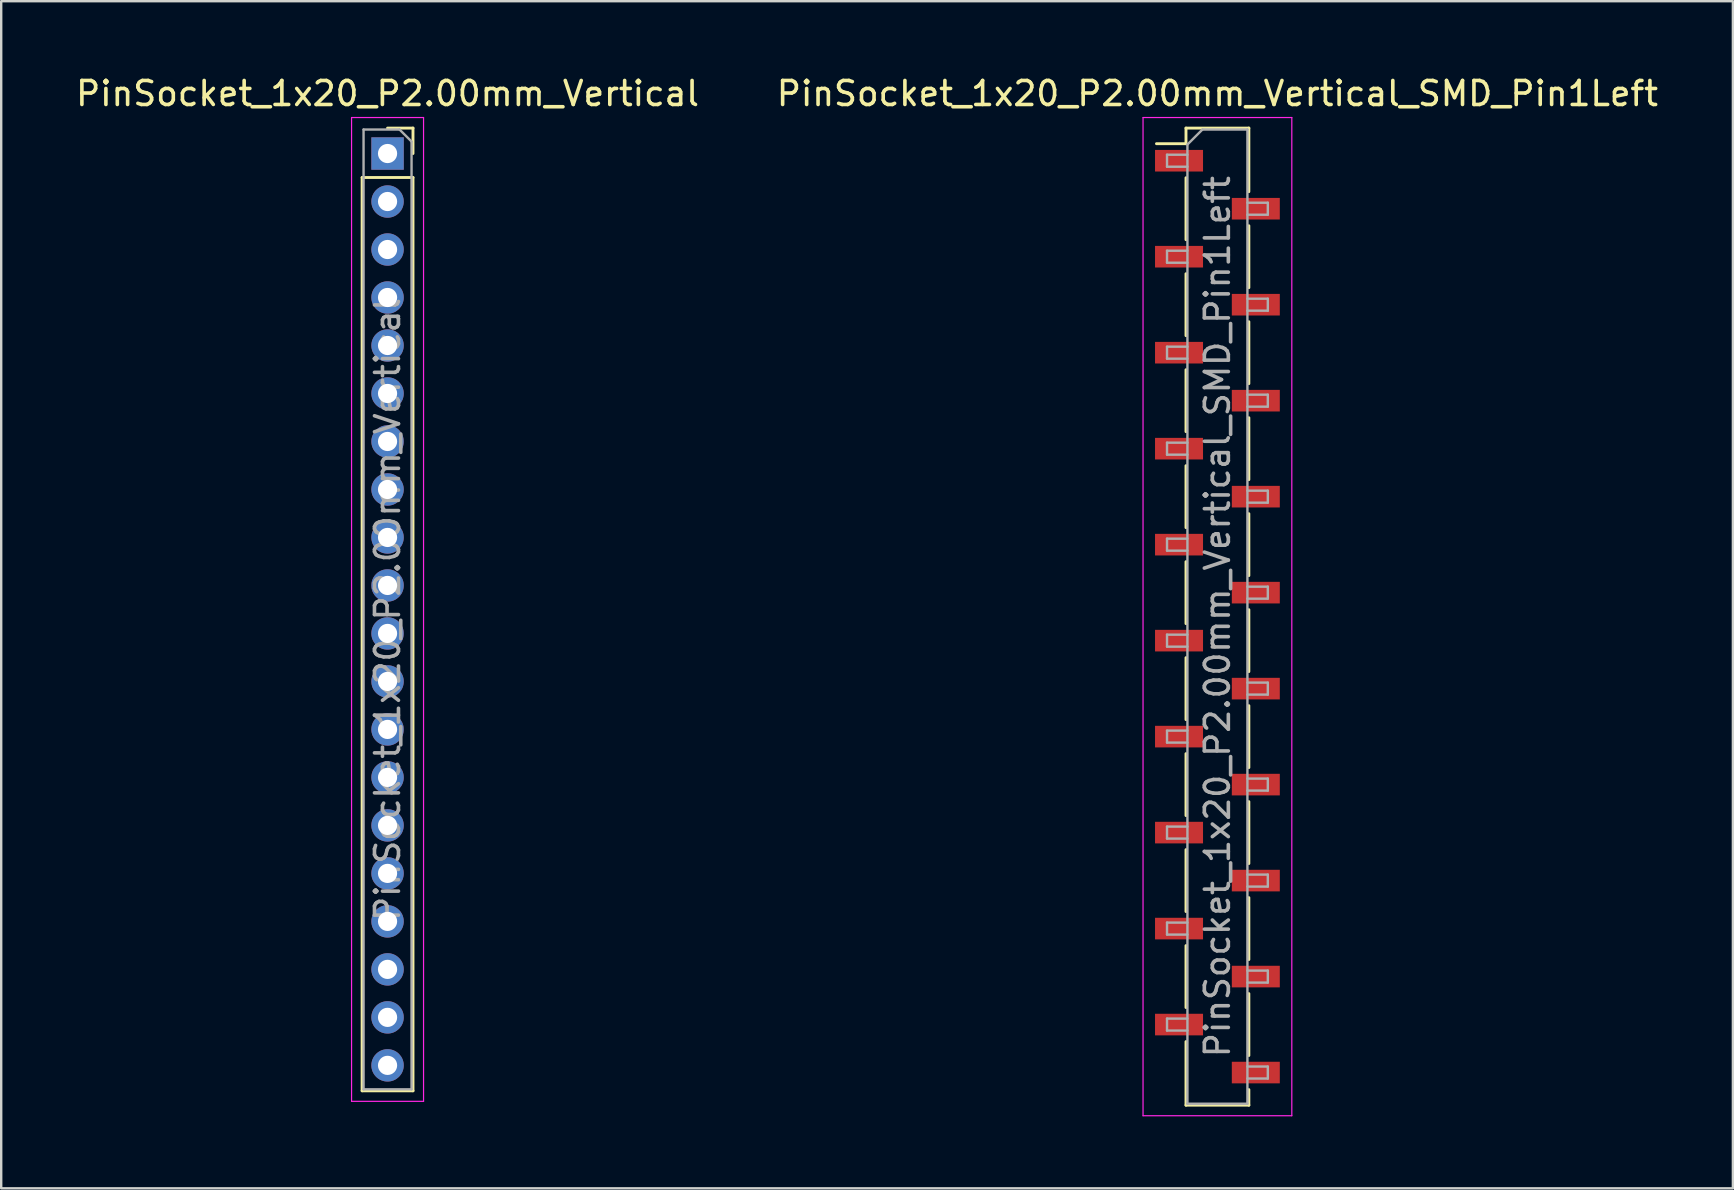
<source format=kicad_pcb>
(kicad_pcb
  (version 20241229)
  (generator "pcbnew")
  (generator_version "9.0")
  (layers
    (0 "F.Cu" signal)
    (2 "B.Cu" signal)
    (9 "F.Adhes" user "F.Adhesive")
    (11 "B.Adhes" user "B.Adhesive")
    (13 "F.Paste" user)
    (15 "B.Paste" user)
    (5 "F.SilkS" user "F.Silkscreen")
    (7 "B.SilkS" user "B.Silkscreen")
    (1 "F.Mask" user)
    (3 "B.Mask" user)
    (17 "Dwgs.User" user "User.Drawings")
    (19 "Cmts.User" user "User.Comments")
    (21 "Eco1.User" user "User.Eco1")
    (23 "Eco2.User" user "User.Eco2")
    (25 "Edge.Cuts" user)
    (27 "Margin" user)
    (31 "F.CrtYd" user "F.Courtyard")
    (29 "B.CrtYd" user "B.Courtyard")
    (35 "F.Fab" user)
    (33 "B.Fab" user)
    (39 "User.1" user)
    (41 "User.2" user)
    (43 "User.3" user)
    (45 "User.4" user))
  (footprint "PinSocket_1x20_P2.00mm_Vertical"
    (layer "F.Cu")
    (at 13.101 3.348)
    (property "Reference" "PinSocket_1x20_P2.00mm_Vertical" (at 0 -2.5 0) (layer "F.SilkS") (effects (font (size 1 1) (thickness 0.15))))
    (attr through_hole)
    (fp_line (start -1.06 1) (end -1.06 39.06) (stroke (width 0.12) (type solid)) (layer "F.SilkS"))
    (fp_line (start -1.06 1) (end 1.06 1) (stroke (width 0.12) (type solid)) (layer "F.SilkS"))
    (fp_line (start -1.06 39.06) (end 1.06 39.06) (stroke (width 0.12) (type solid)) (layer "F.SilkS"))
    (fp_line (start 0 -1.06) (end 1.06 -1.06) (stroke (width 0.12) (type solid)) (layer "F.SilkS"))
    (fp_line (start 1.06 -1.06) (end 1.06 0) (stroke (width 0.12) (type solid)) (layer "F.SilkS"))
    (fp_line (start 1.06 1) (end 1.06 39.06) (stroke (width 0.12) (type solid)) (layer "F.SilkS"))
    (fp_line (start -1.5 -1.5) (end 1.5 -1.5) (stroke (width 0.05) (type solid)) (layer "F.CrtYd"))
    (fp_line (start -1.5 39.5) (end -1.5 -1.5) (stroke (width 0.05) (type solid)) (layer "F.CrtYd"))
    (fp_line (start 1.5 -1.5) (end 1.5 39.5) (stroke (width 0.05) (type solid)) (layer "F.CrtYd"))
    (fp_line (start 1.5 39.5) (end -1.5 39.5) (stroke (width 0.05) (type solid)) (layer "F.CrtYd"))
    (fp_line (start -1 -1) (end 0.5 -1) (stroke (width 0.1) (type solid)) (layer "F.Fab"))
    (fp_line (start -1 39) (end -1 -1) (stroke (width 0.1) (type solid)) (layer "F.Fab"))
    (fp_line (start 0.5 -1) (end 1 -0.5) (stroke (width 0.1) (type solid)) (layer "F.Fab"))
    (fp_line (start 1 -0.5) (end 1 39) (stroke (width 0.1) (type solid)) (layer "F.Fab"))
    (fp_line (start 1 39) (end -1 39) (stroke (width 0.1) (type solid)) (layer "F.Fab"))
    (fp_text user "${REFERENCE}" (at 0 19 90) (layer "F.Fab") (effects (font (size 1 1) (thickness 0.15))))
    (pad "1" thru_hole rect (at 0 0) (size 1.35 1.35) (drill 0.8) (layers "*.Cu" "*.Mask"))
    (pad "2" thru_hole oval (at 0 2) (size 1.35 1.35) (drill 0.8) (layers "*.Cu" "*.Mask"))
    (pad "3" thru_hole oval (at 0 4) (size 1.35 1.35) (drill 0.8) (layers "*.Cu" "*.Mask"))
    (pad "4" thru_hole oval (at 0 6) (size 1.35 1.35) (drill 0.8) (layers "*.Cu" "*.Mask"))
    (pad "5" thru_hole oval (at 0 8) (size 1.35 1.35) (drill 0.8) (layers "*.Cu" "*.Mask"))
    (pad "6" thru_hole oval (at 0 10) (size 1.35 1.35) (drill 0.8) (layers "*.Cu" "*.Mask"))
    (pad "7" thru_hole oval (at 0 12) (size 1.35 1.35) (drill 0.8) (layers "*.Cu" "*.Mask"))
    (pad "8" thru_hole oval (at 0 14) (size 1.35 1.35) (drill 0.8) (layers "*.Cu" "*.Mask"))
    (pad "9" thru_hole oval (at 0 16) (size 1.35 1.35) (drill 0.8) (layers "*.Cu" "*.Mask"))
    (pad "10" thru_hole oval (at 0 18) (size 1.35 1.35) (drill 0.8) (layers "*.Cu" "*.Mask"))
    (pad "11" thru_hole oval (at 0 20) (size 1.35 1.35) (drill 0.8) (layers "*.Cu" "*.Mask"))
    (pad "12" thru_hole oval (at 0 22) (size 1.35 1.35) (drill 0.8) (layers "*.Cu" "*.Mask"))
    (pad "13" thru_hole oval (at 0 24) (size 1.35 1.35) (drill 0.8) (layers "*.Cu" "*.Mask"))
    (pad "14" thru_hole oval (at 0 26) (size 1.35 1.35) (drill 0.8) (layers "*.Cu" "*.Mask"))
    (pad "15" thru_hole oval (at 0 28) (size 1.35 1.35) (drill 0.8) (layers "*.Cu" "*.Mask"))
    (pad "16" thru_hole oval (at 0 30) (size 1.35 1.35) (drill 0.8) (layers "*.Cu" "*.Mask"))
    (pad "17" thru_hole oval (at 0 32) (size 1.35 1.35) (drill 0.8) (layers "*.Cu" "*.Mask"))
    (pad "18" thru_hole oval (at 0 34) (size 1.35 1.35) (drill 0.8) (layers "*.Cu" "*.Mask"))
    (pad "19" thru_hole oval (at 0 36) (size 1.35 1.35) (drill 0.8) (layers "*.Cu" "*.Mask"))
    (pad "20" thru_hole oval (at 0 38) (size 1.35 1.35) (drill 0.8) (layers "*.Cu" "*.Mask")))
  (footprint "PinSocket_1x20_P2.00mm_Vertical_SMD_Pin1Left"
    (layer "F.Cu")
    (at 47.685 22.648)
    (property "Reference" "PinSocket_1x20_P2.00mm_Vertical_SMD_Pin1Left" (at 0 -21.8 0) (layer "F.SilkS") (effects (font (size 1 1) (thickness 0.15))))
    (attr smd)
    (fp_line (start -2.54 -19.71) (end -1.31 -19.71) (stroke (width 0.12) (type solid)) (layer "F.SilkS"))
    (fp_line (start -1.31 -20.36) (end -1.31 -19.71) (stroke (width 0.12) (type solid)) (layer "F.SilkS"))
    (fp_line (start -1.31 -20.36) (end 1.31 -20.36) (stroke (width 0.12) (type solid)) (layer "F.SilkS"))
    (fp_line (start -1.31 -18.29) (end -1.31 -15.71) (stroke (width 0.12) (type solid)) (layer "F.SilkS"))
    (fp_line (start -1.31 -14.29) (end -1.31 -11.71) (stroke (width 0.12) (type solid)) (layer "F.SilkS"))
    (fp_line (start -1.31 -10.29) (end -1.31 -7.71) (stroke (width 0.12) (type solid)) (layer "F.SilkS"))
    (fp_line (start -1.31 -6.29) (end -1.31 -3.71) (stroke (width 0.12) (type solid)) (layer "F.SilkS"))
    (fp_line (start -1.31 -2.29) (end -1.31 0.29) (stroke (width 0.12) (type solid)) (layer "F.SilkS"))
    (fp_line (start -1.31 1.71) (end -1.31 4.29) (stroke (width 0.12) (type solid)) (layer "F.SilkS"))
    (fp_line (start -1.31 5.71) (end -1.31 8.29) (stroke (width 0.12) (type solid)) (layer "F.SilkS"))
    (fp_line (start -1.31 9.71) (end -1.31 12.29) (stroke (width 0.12) (type solid)) (layer "F.SilkS"))
    (fp_line (start -1.31 13.71) (end -1.31 16.29) (stroke (width 0.12) (type solid)) (layer "F.SilkS"))
    (fp_line (start -1.31 17.71) (end -1.31 20.36) (stroke (width 0.12) (type solid)) (layer "F.SilkS"))
    (fp_line (start -1.31 20.36) (end 1.31 20.36) (stroke (width 0.12) (type solid)) (layer "F.SilkS"))
    (fp_line (start 1.31 -20.36) (end 1.31 -17.71) (stroke (width 0.12) (type solid)) (layer "F.SilkS"))
    (fp_line (start 1.31 -16.29) (end 1.31 -13.71) (stroke (width 0.12) (type solid)) (layer "F.SilkS"))
    (fp_line (start 1.31 -12.29) (end 1.31 -9.71) (stroke (width 0.12) (type solid)) (layer "F.SilkS"))
    (fp_line (start 1.31 -8.29) (end 1.31 -5.71) (stroke (width 0.12) (type solid)) (layer "F.SilkS"))
    (fp_line (start 1.31 -4.29) (end 1.31 -1.71) (stroke (width 0.12) (type solid)) (layer "F.SilkS"))
    (fp_line (start 1.31 -0.29) (end 1.31 2.29) (stroke (width 0.12) (type solid)) (layer "F.SilkS"))
    (fp_line (start 1.31 3.71) (end 1.31 6.29) (stroke (width 0.12) (type solid)) (layer "F.SilkS"))
    (fp_line (start 1.31 7.71) (end 1.31 10.29) (stroke (width 0.12) (type solid)) (layer "F.SilkS"))
    (fp_line (start 1.31 11.71) (end 1.31 14.29) (stroke (width 0.12) (type solid)) (layer "F.SilkS"))
    (fp_line (start 1.31 15.71) (end 1.31 18.29) (stroke (width 0.12) (type solid)) (layer "F.SilkS"))
    (fp_line (start 1.31 19.71) (end 1.31 20.36) (stroke (width 0.12) (type solid)) (layer "F.SilkS"))
    (fp_line (start -3.1 -20.8) (end 3.1 -20.8) (stroke (width 0.05) (type solid)) (layer "F.CrtYd"))
    (fp_line (start -3.1 20.8) (end -3.1 -20.8) (stroke (width 0.05) (type solid)) (layer "F.CrtYd"))
    (fp_line (start 3.1 -20.8) (end 3.1 20.8) (stroke (width 0.05) (type solid)) (layer "F.CrtYd"))
    (fp_line (start 3.1 20.8) (end -3.1 20.8) (stroke (width 0.05) (type solid)) (layer "F.CrtYd"))
    (fp_line (start -2.1 -19.25) (end -1.25 -19.25) (stroke (width 0.1) (type solid)) (layer "F.Fab"))
    (fp_line (start -2.1 -18.75) (end -2.1 -19.25) (stroke (width 0.1) (type solid)) (layer "F.Fab"))
    (fp_line (start -2.1 -15.25) (end -1.25 -15.25) (stroke (width 0.1) (type solid)) (layer "F.Fab"))
    (fp_line (start -2.1 -14.75) (end -2.1 -15.25) (stroke (width 0.1) (type solid)) (layer "F.Fab"))
    (fp_line (start -2.1 -11.25) (end -1.25 -11.25) (stroke (width 0.1) (type solid)) (layer "F.Fab"))
    (fp_line (start -2.1 -10.75) (end -2.1 -11.25) (stroke (width 0.1) (type solid)) (layer "F.Fab"))
    (fp_line (start -2.1 -7.25) (end -1.25 -7.25) (stroke (width 0.1) (type solid)) (layer "F.Fab"))
    (fp_line (start -2.1 -6.75) (end -2.1 -7.25) (stroke (width 0.1) (type solid)) (layer "F.Fab"))
    (fp_line (start -2.1 -3.25) (end -1.25 -3.25) (stroke (width 0.1) (type solid)) (layer "F.Fab"))
    (fp_line (start -2.1 -2.75) (end -2.1 -3.25) (stroke (width 0.1) (type solid)) (layer "F.Fab"))
    (fp_line (start -2.1 0.75) (end -1.25 0.75) (stroke (width 0.1) (type solid)) (layer "F.Fab"))
    (fp_line (start -2.1 1.25) (end -2.1 0.75) (stroke (width 0.1) (type solid)) (layer "F.Fab"))
    (fp_line (start -2.1 4.75) (end -1.25 4.75) (stroke (width 0.1) (type solid)) (layer "F.Fab"))
    (fp_line (start -2.1 5.25) (end -2.1 4.75) (stroke (width 0.1) (type solid)) (layer "F.Fab"))
    (fp_line (start -2.1 8.75) (end -1.25 8.75) (stroke (width 0.1) (type solid)) (layer "F.Fab"))
    (fp_line (start -2.1 9.25) (end -2.1 8.75) (stroke (width 0.1) (type solid)) (layer "F.Fab"))
    (fp_line (start -2.1 12.75) (end -1.25 12.75) (stroke (width 0.1) (type solid)) (layer "F.Fab"))
    (fp_line (start -2.1 13.25) (end -2.1 12.75) (stroke (width 0.1) (type solid)) (layer "F.Fab"))
    (fp_line (start -2.1 16.75) (end -1.25 16.75) (stroke (width 0.1) (type solid)) (layer "F.Fab"))
    (fp_line (start -2.1 17.25) (end -2.1 16.75) (stroke (width 0.1) (type solid)) (layer "F.Fab"))
    (fp_line (start -1.25 -19.675) (end -0.625 -20.3) (stroke (width 0.1) (type solid)) (layer "F.Fab"))
    (fp_line (start -1.25 -18.75) (end -2.1 -18.75) (stroke (width 0.1) (type solid)) (layer "F.Fab"))
    (fp_line (start -1.25 -14.75) (end -2.1 -14.75) (stroke (width 0.1) (type solid)) (layer "F.Fab"))
    (fp_line (start -1.25 -10.75) (end -2.1 -10.75) (stroke (width 0.1) (type solid)) (layer "F.Fab"))
    (fp_line (start -1.25 -6.75) (end -2.1 -6.75) (stroke (width 0.1) (type solid)) (layer "F.Fab"))
    (fp_line (start -1.25 -2.75) (end -2.1 -2.75) (stroke (width 0.1) (type solid)) (layer "F.Fab"))
    (fp_line (start -1.25 1.25) (end -2.1 1.25) (stroke (width 0.1) (type solid)) (layer "F.Fab"))
    (fp_line (start -1.25 5.25) (end -2.1 5.25) (stroke (width 0.1) (type solid)) (layer "F.Fab"))
    (fp_line (start -1.25 9.25) (end -2.1 9.25) (stroke (width 0.1) (type solid)) (layer "F.Fab"))
    (fp_line (start -1.25 13.25) (end -2.1 13.25) (stroke (width 0.1) (type solid)) (layer "F.Fab"))
    (fp_line (start -1.25 17.25) (end -2.1 17.25) (stroke (width 0.1) (type solid)) (layer "F.Fab"))
    (fp_line (start -1.25 20.3) (end -1.25 -19.675) (stroke (width 0.1) (type solid)) (layer "F.Fab"))
    (fp_line (start -0.625 -20.3) (end 1.25 -20.3) (stroke (width 0.1) (type solid)) (layer "F.Fab"))
    (fp_line (start 1.25 -20.3) (end 1.25 20.3) (stroke (width 0.1) (type solid)) (layer "F.Fab"))
    (fp_line (start 1.25 -17.25) (end 2.1 -17.25) (stroke (width 0.1) (type solid)) (layer "F.Fab"))
    (fp_line (start 1.25 -13.25) (end 2.1 -13.25) (stroke (width 0.1) (type solid)) (layer "F.Fab"))
    (fp_line (start 1.25 -9.25) (end 2.1 -9.25) (stroke (width 0.1) (type solid)) (layer "F.Fab"))
    (fp_line (start 1.25 -5.25) (end 2.1 -5.25) (stroke (width 0.1) (type solid)) (layer "F.Fab"))
    (fp_line (start 1.25 -1.25) (end 2.1 -1.25) (stroke (width 0.1) (type solid)) (layer "F.Fab"))
    (fp_line (start 1.25 2.75) (end 2.1 2.75) (stroke (width 0.1) (type solid)) (layer "F.Fab"))
    (fp_line (start 1.25 6.75) (end 2.1 6.75) (stroke (width 0.1) (type solid)) (layer "F.Fab"))
    (fp_line (start 1.25 10.75) (end 2.1 10.75) (stroke (width 0.1) (type solid)) (layer "F.Fab"))
    (fp_line (start 1.25 14.75) (end 2.1 14.75) (stroke (width 0.1) (type solid)) (layer "F.Fab"))
    (fp_line (start 1.25 18.75) (end 2.1 18.75) (stroke (width 0.1) (type solid)) (layer "F.Fab"))
    (fp_line (start 1.25 20.3) (end -1.25 20.3) (stroke (width 0.1) (type solid)) (layer "F.Fab"))
    (fp_line (start 2.1 -17.25) (end 2.1 -16.75) (stroke (width 0.1) (type solid)) (layer "F.Fab"))
    (fp_line (start 2.1 -16.75) (end 1.25 -16.75) (stroke (width 0.1) (type solid)) (layer "F.Fab"))
    (fp_line (start 2.1 -13.25) (end 2.1 -12.75) (stroke (width 0.1) (type solid)) (layer "F.Fab"))
    (fp_line (start 2.1 -12.75) (end 1.25 -12.75) (stroke (width 0.1) (type solid)) (layer "F.Fab"))
    (fp_line (start 2.1 -9.25) (end 2.1 -8.75) (stroke (width 0.1) (type solid)) (layer "F.Fab"))
    (fp_line (start 2.1 -8.75) (end 1.25 -8.75) (stroke (width 0.1) (type solid)) (layer "F.Fab"))
    (fp_line (start 2.1 -5.25) (end 2.1 -4.75) (stroke (width 0.1) (type solid)) (layer "F.Fab"))
    (fp_line (start 2.1 -4.75) (end 1.25 -4.75) (stroke (width 0.1) (type solid)) (layer "F.Fab"))
    (fp_line (start 2.1 -1.25) (end 2.1 -0.75) (stroke (width 0.1) (type solid)) (layer "F.Fab"))
    (fp_line (start 2.1 -0.75) (end 1.25 -0.75) (stroke (width 0.1) (type solid)) (layer "F.Fab"))
    (fp_line (start 2.1 2.75) (end 2.1 3.25) (stroke (width 0.1) (type solid)) (layer "F.Fab"))
    (fp_line (start 2.1 3.25) (end 1.25 3.25) (stroke (width 0.1) (type solid)) (layer "F.Fab"))
    (fp_line (start 2.1 6.75) (end 2.1 7.25) (stroke (width 0.1) (type solid)) (layer "F.Fab"))
    (fp_line (start 2.1 7.25) (end 1.25 7.25) (stroke (width 0.1) (type solid)) (layer "F.Fab"))
    (fp_line (start 2.1 10.75) (end 2.1 11.25) (stroke (width 0.1) (type solid)) (layer "F.Fab"))
    (fp_line (start 2.1 11.25) (end 1.25 11.25) (stroke (width 0.1) (type solid)) (layer "F.Fab"))
    (fp_line (start 2.1 14.75) (end 2.1 15.25) (stroke (width 0.1) (type solid)) (layer "F.Fab"))
    (fp_line (start 2.1 15.25) (end 1.25 15.25) (stroke (width 0.1) (type solid)) (layer "F.Fab"))
    (fp_line (start 2.1 18.75) (end 2.1 19.25) (stroke (width 0.1) (type solid)) (layer "F.Fab"))
    (fp_line (start 2.1 19.25) (end 1.25 19.25) (stroke (width 0.1) (type solid)) (layer "F.Fab"))
    (fp_text user "${REFERENCE}" (at 0 0 90) (layer "F.Fab") (effects (font (size 1 1) (thickness 0.15))))
    (pad "1" smd rect (at -1.6 -19) (size 2 0.9) (layers "F.Cu" "F.Mask" "F.Paste"))
    (pad "2" smd rect (at 1.6 -17) (size 2 0.9) (layers "F.Cu" "F.Mask" "F.Paste"))
    (pad "3" smd rect (at -1.6 -15) (size 2 0.9) (layers "F.Cu" "F.Mask" "F.Paste"))
    (pad "4" smd rect (at 1.6 -13) (size 2 0.9) (layers "F.Cu" "F.Mask" "F.Paste"))
    (pad "5" smd rect (at -1.6 -11) (size 2 0.9) (layers "F.Cu" "F.Mask" "F.Paste"))
    (pad "6" smd rect (at 1.6 -9) (size 2 0.9) (layers "F.Cu" "F.Mask" "F.Paste"))
    (pad "7" smd rect (at -1.6 -7) (size 2 0.9) (layers "F.Cu" "F.Mask" "F.Paste"))
    (pad "8" smd rect (at 1.6 -5) (size 2 0.9) (layers "F.Cu" "F.Mask" "F.Paste"))
    (pad "9" smd rect (at -1.6 -3) (size 2 0.9) (layers "F.Cu" "F.Mask" "F.Paste"))
    (pad "10" smd rect (at 1.6 -1) (size 2 0.9) (layers "F.Cu" "F.Mask" "F.Paste"))
    (pad "11" smd rect (at -1.6 1) (size 2 0.9) (layers "F.Cu" "F.Mask" "F.Paste"))
    (pad "12" smd rect (at 1.6 3) (size 2 0.9) (layers "F.Cu" "F.Mask" "F.Paste"))
    (pad "13" smd rect (at -1.6 5) (size 2 0.9) (layers "F.Cu" "F.Mask" "F.Paste"))
    (pad "14" smd rect (at 1.6 7) (size 2 0.9) (layers "F.Cu" "F.Mask" "F.Paste"))
    (pad "15" smd rect (at -1.6 9) (size 2 0.9) (layers "F.Cu" "F.Mask" "F.Paste"))
    (pad "16" smd rect (at 1.6 11) (size 2 0.9) (layers "F.Cu" "F.Mask" "F.Paste"))
    (pad "17" smd rect (at -1.6 13) (size 2 0.9) (layers "F.Cu" "F.Mask" "F.Paste"))
    (pad "18" smd rect (at 1.6 15) (size 2 0.9) (layers "F.Cu" "F.Mask" "F.Paste"))
    (pad "19" smd rect (at -1.6 17) (size 2 0.9) (layers "F.Cu" "F.Mask" "F.Paste"))
    (pad "20" smd rect (at 1.6 19) (size 2 0.9) (layers "F.Cu" "F.Mask" "F.Paste")))
  (gr_rect
    (start -3 -3)
    (end 69.167 46.473)
    (stroke (width 0.1) (type default))
    (fill no)
    (layer "Edge.Cuts")))
</source>
